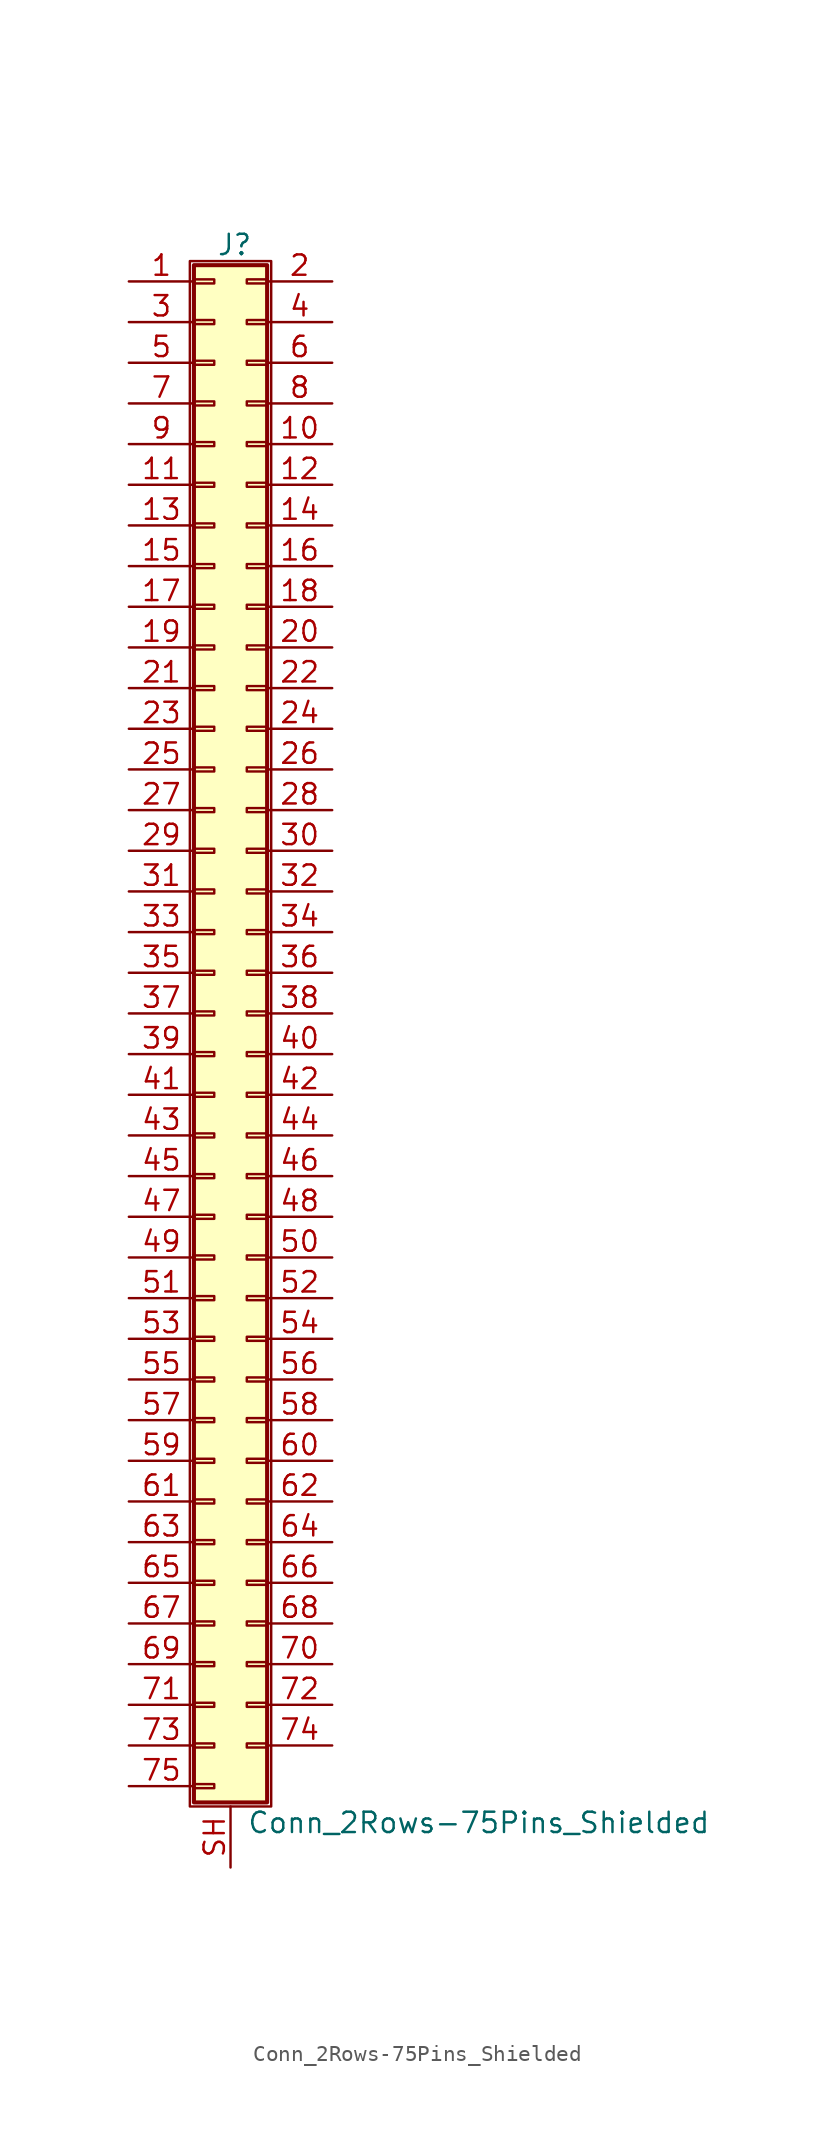
<source format=kicad_sym>
(kicad_symbol_lib
  (version 20201005)
  (generator kicad_symbol_editor)
  (symbol "Connector_Generic_Shielded:Conn_2Rows-75Pins_Shielded"
    (pin_names
      (offset 1.016) hide)
    (property "Reference" "J"
      (at 1.524 48.006 0)
      (effects (font (size 1.27 1.27))))
    (property "Value" "Conn_2Rows-75Pins_Shielded"
      (at 2.286 -50.546 0)
      (effects (font (size 1.27 1.27)) (justify left)))
    (symbol "Conn_2Rows-75Pins_Shielded_1_1"
      (rectangle (start -1.016 -27.813) (end 0.254 -28.067) (stroke (width 0.152)) (fill (type none)))
      (rectangle (start -1.016 -30.353) (end 0.254 -30.607) (stroke (width 0.152)) (fill (type none)))
      (rectangle (start -1.016 -32.893) (end 0.254 -33.147) (stroke (width 0.152)) (fill (type none)))
      (rectangle (start -1.016 -35.433) (end 0.254 -35.687) (stroke (width 0.152)) (fill (type none)))
      (rectangle (start -1.016 -37.973) (end 0.254 -38.227) (stroke (width 0.152)) (fill (type none)))
      (rectangle (start -1.016 -40.513) (end 0.254 -40.767) (stroke (width 0.152)) (fill (type none)))
      (rectangle (start -1.016 -43.053) (end 0.254 -43.307) (stroke (width 0.152)) (fill (type none)))
      (rectangle (start -1.016 -45.593) (end 0.254 -45.847) (stroke (width 0.152)) (fill (type none)))
      (rectangle (start -1.016 -48.133) (end 0.254 -48.387) (stroke (width 0.152)) (fill (type none)))
      (rectangle (start -1.016 -4.953) (end 0.254 -5.207) (stroke (width 0.152)) (fill (type none)))
      (rectangle (start -1.016 -7.493) (end 0.254 -7.747) (stroke (width 0.152)) (fill (type none)))
      (rectangle (start -1.016 -10.033) (end 0.254 -10.287) (stroke (width 0.152)) (fill (type none)))
      (rectangle (start -1.016 -12.573) (end 0.254 -12.827) (stroke (width 0.152)) (fill (type none)))
      (rectangle (start -1.016 -15.113) (end 0.254 -15.367) (stroke (width 0.152)) (fill (type none)))
      (rectangle (start -1.016 -17.653) (end 0.254 -17.907) (stroke (width 0.152)) (fill (type none)))
      (rectangle (start -1.016 -20.193) (end 0.254 -20.447) (stroke (width 0.152)) (fill (type none)))
      (rectangle (start -1.016 -22.733) (end 0.254 -22.987) (stroke (width 0.152)) (fill (type none)))
      (rectangle (start -1.016 -2.413) (end 0.254 -2.667) (stroke (width 0.152)) (fill (type none)))
      (rectangle (start -1.016 -25.273) (end 0.254 -25.527) (stroke (width 0.152)) (fill (type none)))
      (rectangle (start -1.016 25.527) (end 0.254 25.273) (stroke (width 0.152)) (fill (type none)))
      (rectangle (start -1.016 2.667) (end 0.254 2.413) (stroke (width 0.152)) (fill (type none)))
      (rectangle (start -1.016 28.067) (end 0.254 27.813) (stroke (width 0.152)) (fill (type none)))
      (rectangle (start -1.016 30.607) (end 0.254 30.353) (stroke (width 0.152)) (fill (type none)))
      (rectangle (start -1.016 33.147) (end 0.254 32.893) (stroke (width 0.152)) (fill (type none)))
      (rectangle (start -1.016 35.687) (end 0.254 35.433) (stroke (width 0.152)) (fill (type none)))
      (rectangle (start -1.016 38.227) (end 0.254 37.973) (stroke (width 0.152)) (fill (type none)))
      (rectangle (start -1.016 40.767) (end 0.254 40.513) (stroke (width 0.152)) (fill (type none)))
      (rectangle (start -1.016 43.307) (end 0.254 43.053) (stroke (width 0.152)) (fill (type none)))
      (rectangle (start -1.016 45.847) (end 0.254 45.593) (stroke (width 0.152)) (fill (type none)))
      (rectangle (start -1.016 46.736) (end 3.556 -49.276) (stroke (width 0.254)) (fill (type background)))
      (rectangle (start -1.016 5.207) (end 0.254 4.953) (stroke (width 0.152)) (fill (type none)))
      (rectangle (start -1.016 7.747) (end 0.254 7.493) (stroke (width 0.152)) (fill (type none)))
      (rectangle (start -1.016 10.287) (end 0.254 10.033) (stroke (width 0.152)) (fill (type none)))
      (rectangle (start -1.016 0.127) (end 0.254 -0.127) (stroke (width 0.152)) (fill (type none)))
      (rectangle (start -1.016 12.827) (end 0.254 12.573) (stroke (width 0.152)) (fill (type none)))
      (rectangle (start -1.016 15.367) (end 0.254 15.113) (stroke (width 0.152)) (fill (type none)))
      (rectangle (start -1.016 17.907) (end 0.254 17.653) (stroke (width 0.152)) (fill (type none)))
      (rectangle (start -1.016 20.447) (end 0.254 20.193) (stroke (width 0.152)) (fill (type none)))
      (rectangle (start -1.016 22.987) (end 0.254 22.733) (stroke (width 0.152)) (fill (type none)))
      (rectangle (start -1.27 46.99) (end 3.81 -49.53) (stroke (width 0.152)) (fill (type none)))
      (rectangle (start 3.556 -27.813) (end 2.286 -28.067) (stroke (width 0.152)) (fill (type none)))
      (rectangle (start 3.556 -30.353) (end 2.286 -30.607) (stroke (width 0.152)) (fill (type none)))
      (rectangle (start 3.556 -32.893) (end 2.286 -33.147) (stroke (width 0.152)) (fill (type none)))
      (rectangle (start 3.556 -35.433) (end 2.286 -35.687) (stroke (width 0.152)) (fill (type none)))
      (rectangle (start 3.556 -37.973) (end 2.286 -38.227) (stroke (width 0.152)) (fill (type none)))
      (rectangle (start 3.556 -40.513) (end 2.286 -40.767) (stroke (width 0.152)) (fill (type none)))
      (rectangle (start 3.556 -43.053) (end 2.286 -43.307) (stroke (width 0.152)) (fill (type none)))
      (rectangle (start 3.556 -45.593) (end 2.286 -45.847) (stroke (width 0.152)) (fill (type none)))
      (rectangle (start 3.556 -4.953) (end 2.286 -5.207) (stroke (width 0.152)) (fill (type none)))
      (rectangle (start 3.556 -7.493) (end 2.286 -7.747) (stroke (width 0.152)) (fill (type none)))
      (rectangle (start 3.556 -10.033) (end 2.286 -10.287) (stroke (width 0.152)) (fill (type none)))
      (rectangle (start 3.556 -12.573) (end 2.286 -12.827) (stroke (width 0.152)) (fill (type none)))
      (rectangle (start 3.556 -15.113) (end 2.286 -15.367) (stroke (width 0.152)) (fill (type none)))
      (rectangle (start 3.556 -17.653) (end 2.286 -17.907) (stroke (width 0.152)) (fill (type none)))
      (rectangle (start 3.556 -20.193) (end 2.286 -20.447) (stroke (width 0.152)) (fill (type none)))
      (rectangle (start 3.556 -22.733) (end 2.286 -22.987) (stroke (width 0.152)) (fill (type none)))
      (rectangle (start 3.556 -2.413) (end 2.286 -2.667) (stroke (width 0.152)) (fill (type none)))
      (rectangle (start 3.556 -25.273) (end 2.286 -25.527) (stroke (width 0.152)) (fill (type none)))
      (rectangle (start 3.556 25.527) (end 2.286 25.273) (stroke (width 0.152)) (fill (type none)))
      (rectangle (start 3.556 2.667) (end 2.286 2.413) (stroke (width 0.152)) (fill (type none)))
      (rectangle (start 3.556 28.067) (end 2.286 27.813) (stroke (width 0.152)) (fill (type none)))
      (rectangle (start 3.556 30.607) (end 2.286 30.353) (stroke (width 0.152)) (fill (type none)))
      (rectangle (start 3.556 33.147) (end 2.286 32.893) (stroke (width 0.152)) (fill (type none)))
      (rectangle (start 3.556 35.687) (end 2.286 35.433) (stroke (width 0.152)) (fill (type none)))
      (rectangle (start 3.556 38.227) (end 2.286 37.973) (stroke (width 0.152)) (fill (type none)))
      (rectangle (start 3.556 40.767) (end 2.286 40.513) (stroke (width 0.152)) (fill (type none)))
      (rectangle (start 3.556 43.307) (end 2.286 43.053) (stroke (width 0.152)) (fill (type none)))
      (rectangle (start 3.556 45.847) (end 2.286 45.593) (stroke (width 0.152)) (fill (type none)))
      (rectangle (start 3.556 5.207) (end 2.286 4.953) (stroke (width 0.152)) (fill (type none)))
      (rectangle (start 3.556 7.747) (end 2.286 7.493) (stroke (width 0.152)) (fill (type none)))
      (rectangle (start 3.556 10.287) (end 2.286 10.033) (stroke (width 0.152)) (fill (type none)))
      (rectangle (start 3.556 0.127) (end 2.286 -0.127) (stroke (width 0.152)) (fill (type none)))
      (rectangle (start 3.556 12.827) (end 2.286 12.573) (stroke (width 0.152)) (fill (type none)))
      (rectangle (start 3.556 15.367) (end 2.286 15.113) (stroke (width 0.152)) (fill (type none)))
      (rectangle (start 3.556 17.907) (end 2.286 17.653) (stroke (width 0.152)) (fill (type none)))
      (rectangle (start 3.556 20.447) (end 2.286 20.193) (stroke (width 0.152)) (fill (type none)))
      (rectangle (start 3.556 22.987) (end 2.286 22.733) (stroke (width 0.152)) (fill (type none)))
      (pin passive line (at -5.08 45.72 0) (length 4.064) (name "Pin_1" (effects (font (size 1.27 1.27)))) (number "1" (effects (font (size 1.27 1.27)))))
      (pin passive line (at 7.62 35.56 180) (length 4.064) (name "Pin_10" (effects (font (size 1.27 1.27)))) (number "10" (effects (font (size 1.27 1.27)))))
      (pin passive line (at -5.08 33.02 0) (length 4.064) (name "Pin_11" (effects (font (size 1.27 1.27)))) (number "11" (effects (font (size 1.27 1.27)))))
      (pin passive line (at 7.62 33.02 180) (length 4.064) (name "Pin_12" (effects (font (size 1.27 1.27)))) (number "12" (effects (font (size 1.27 1.27)))))
      (pin passive line (at -5.08 30.48 0) (length 4.064) (name "Pin_13" (effects (font (size 1.27 1.27)))) (number "13" (effects (font (size 1.27 1.27)))))
      (pin passive line (at 7.62 30.48 180) (length 4.064) (name "Pin_14" (effects (font (size 1.27 1.27)))) (number "14" (effects (font (size 1.27 1.27)))))
      (pin passive line (at -5.08 27.94 0) (length 4.064) (name "Pin_15" (effects (font (size 1.27 1.27)))) (number "15" (effects (font (size 1.27 1.27)))))
      (pin passive line (at 7.62 27.94 180) (length 4.064) (name "Pin_16" (effects (font (size 1.27 1.27)))) (number "16" (effects (font (size 1.27 1.27)))))
      (pin passive line (at -5.08 25.4 0) (length 4.064) (name "Pin_17" (effects (font (size 1.27 1.27)))) (number "17" (effects (font (size 1.27 1.27)))))
      (pin passive line (at 7.62 25.4 180) (length 4.064) (name "Pin_18" (effects (font (size 1.27 1.27)))) (number "18" (effects (font (size 1.27 1.27)))))
      (pin passive line (at -5.08 22.86 0) (length 4.064) (name "Pin_19" (effects (font (size 1.27 1.27)))) (number "19" (effects (font (size 1.27 1.27)))))
      (pin passive line (at 7.62 45.72 180) (length 4.064) (name "Pin_2" (effects (font (size 1.27 1.27)))) (number "2" (effects (font (size 1.27 1.27)))))
      (pin passive line (at 7.62 22.86 180) (length 4.064) (name "Pin_20" (effects (font (size 1.27 1.27)))) (number "20" (effects (font (size 1.27 1.27)))))
      (pin passive line (at -5.08 20.32 0) (length 4.064) (name "Pin_21" (effects (font (size 1.27 1.27)))) (number "21" (effects (font (size 1.27 1.27)))))
      (pin passive line (at 7.62 20.32 180) (length 4.064) (name "Pin_22" (effects (font (size 1.27 1.27)))) (number "22" (effects (font (size 1.27 1.27)))))
      (pin passive line (at -5.08 17.78 0) (length 4.064) (name "Pin_23" (effects (font (size 1.27 1.27)))) (number "23" (effects (font (size 1.27 1.27)))))
      (pin passive line (at 7.62 17.78 180) (length 4.064) (name "Pin_24" (effects (font (size 1.27 1.27)))) (number "24" (effects (font (size 1.27 1.27)))))
      (pin passive line (at -5.08 15.24 0) (length 4.064) (name "Pin_25" (effects (font (size 1.27 1.27)))) (number "25" (effects (font (size 1.27 1.27)))))
      (pin passive line (at 7.62 15.24 180) (length 4.064) (name "Pin_26" (effects (font (size 1.27 1.27)))) (number "26" (effects (font (size 1.27 1.27)))))
      (pin passive line (at -5.08 12.7 0) (length 4.064) (name "Pin_27" (effects (font (size 1.27 1.27)))) (number "27" (effects (font (size 1.27 1.27)))))
      (pin passive line (at 7.62 12.7 180) (length 4.064) (name "Pin_28" (effects (font (size 1.27 1.27)))) (number "28" (effects (font (size 1.27 1.27)))))
      (pin passive line (at -5.08 10.16 0) (length 4.064) (name "Pin_29" (effects (font (size 1.27 1.27)))) (number "29" (effects (font (size 1.27 1.27)))))
      (pin passive line (at -5.08 43.18 0) (length 4.064) (name "Pin_3" (effects (font (size 1.27 1.27)))) (number "3" (effects (font (size 1.27 1.27)))))
      (pin passive line (at 7.62 10.16 180) (length 4.064) (name "Pin_30" (effects (font (size 1.27 1.27)))) (number "30" (effects (font (size 1.27 1.27)))))
      (pin passive line (at -5.08 7.62 0) (length 4.064) (name "Pin_31" (effects (font (size 1.27 1.27)))) (number "31" (effects (font (size 1.27 1.27)))))
      (pin passive line (at 7.62 7.62 180) (length 4.064) (name "Pin_32" (effects (font (size 1.27 1.27)))) (number "32" (effects (font (size 1.27 1.27)))))
      (pin passive line (at -5.08 5.08 0) (length 4.064) (name "Pin_33" (effects (font (size 1.27 1.27)))) (number "33" (effects (font (size 1.27 1.27)))))
      (pin passive line (at 7.62 5.08 180) (length 4.064) (name "Pin_34" (effects (font (size 1.27 1.27)))) (number "34" (effects (font (size 1.27 1.27)))))
      (pin passive line (at -5.08 2.54 0) (length 4.064) (name "Pin_35" (effects (font (size 1.27 1.27)))) (number "35" (effects (font (size 1.27 1.27)))))
      (pin passive line (at 7.62 2.54 180) (length 4.064) (name "Pin_36" (effects (font (size 1.27 1.27)))) (number "36" (effects (font (size 1.27 1.27)))))
      (pin passive line (at -5.08 0 0) (length 4.064) (name "Pin_37" (effects (font (size 1.27 1.27)))) (number "37" (effects (font (size 1.27 1.27)))))
      (pin passive line (at 7.62 0 180) (length 4.064) (name "Pin_38" (effects (font (size 1.27 1.27)))) (number "38" (effects (font (size 1.27 1.27)))))
      (pin passive line (at -5.08 -2.54 0) (length 4.064) (name "Pin_39" (effects (font (size 1.27 1.27)))) (number "39" (effects (font (size 1.27 1.27)))))
      (pin passive line (at 7.62 43.18 180) (length 4.064) (name "Pin_4" (effects (font (size 1.27 1.27)))) (number "4" (effects (font (size 1.27 1.27)))))
      (pin passive line (at 7.62 -2.54 180) (length 4.064) (name "Pin_40" (effects (font (size 1.27 1.27)))) (number "40" (effects (font (size 1.27 1.27)))))
      (pin passive line (at -5.08 -5.08 0) (length 4.064) (name "Pin_41" (effects (font (size 1.27 1.27)))) (number "41" (effects (font (size 1.27 1.27)))))
      (pin passive line (at 7.62 -5.08 180) (length 4.064) (name "Pin_42" (effects (font (size 1.27 1.27)))) (number "42" (effects (font (size 1.27 1.27)))))
      (pin passive line (at -5.08 -7.62 0) (length 4.064) (name "Pin_43" (effects (font (size 1.27 1.27)))) (number "43" (effects (font (size 1.27 1.27)))))
      (pin passive line (at 7.62 -7.62 180) (length 4.064) (name "Pin_44" (effects (font (size 1.27 1.27)))) (number "44" (effects (font (size 1.27 1.27)))))
      (pin passive line (at -5.08 -10.16 0) (length 4.064) (name "Pin_45" (effects (font (size 1.27 1.27)))) (number "45" (effects (font (size 1.27 1.27)))))
      (pin passive line (at 7.62 -10.16 180) (length 4.064) (name "Pin_46" (effects (font (size 1.27 1.27)))) (number "46" (effects (font (size 1.27 1.27)))))
      (pin passive line (at -5.08 -12.7 0) (length 4.064) (name "Pin_47" (effects (font (size 1.27 1.27)))) (number "47" (effects (font (size 1.27 1.27)))))
      (pin passive line (at 7.62 -12.7 180) (length 4.064) (name "Pin_48" (effects (font (size 1.27 1.27)))) (number "48" (effects (font (size 1.27 1.27)))))
      (pin passive line (at -5.08 -15.24 0) (length 4.064) (name "Pin_49" (effects (font (size 1.27 1.27)))) (number "49" (effects (font (size 1.27 1.27)))))
      (pin passive line (at -5.08 40.64 0) (length 4.064) (name "Pin_5" (effects (font (size 1.27 1.27)))) (number "5" (effects (font (size 1.27 1.27)))))
      (pin passive line (at 7.62 -15.24 180) (length 4.064) (name "Pin_50" (effects (font (size 1.27 1.27)))) (number "50" (effects (font (size 1.27 1.27)))))
      (pin passive line (at -5.08 -17.78 0) (length 4.064) (name "Pin_51" (effects (font (size 1.27 1.27)))) (number "51" (effects (font (size 1.27 1.27)))))
      (pin passive line (at 7.62 -17.78 180) (length 4.064) (name "Pin_52" (effects (font (size 1.27 1.27)))) (number "52" (effects (font (size 1.27 1.27)))))
      (pin passive line (at -5.08 -20.32 0) (length 4.064) (name "Pin_53" (effects (font (size 1.27 1.27)))) (number "53" (effects (font (size 1.27 1.27)))))
      (pin passive line (at 7.62 -20.32 180) (length 4.064) (name "Pin_54" (effects (font (size 1.27 1.27)))) (number "54" (effects (font (size 1.27 1.27)))))
      (pin passive line (at -5.08 -22.86 0) (length 4.064) (name "Pin_55" (effects (font (size 1.27 1.27)))) (number "55" (effects (font (size 1.27 1.27)))))
      (pin passive line (at 7.62 -22.86 180) (length 4.064) (name "Pin_56" (effects (font (size 1.27 1.27)))) (number "56" (effects (font (size 1.27 1.27)))))
      (pin passive line (at -5.08 -25.4 0) (length 4.064) (name "Pin_57" (effects (font (size 1.27 1.27)))) (number "57" (effects (font (size 1.27 1.27)))))
      (pin passive line (at 7.62 -25.4 180) (length 4.064) (name "Pin_58" (effects (font (size 1.27 1.27)))) (number "58" (effects (font (size 1.27 1.27)))))
      (pin passive line (at -5.08 -27.94 0) (length 4.064) (name "Pin_59" (effects (font (size 1.27 1.27)))) (number "59" (effects (font (size 1.27 1.27)))))
      (pin passive line (at 7.62 40.64 180) (length 4.064) (name "Pin_6" (effects (font (size 1.27 1.27)))) (number "6" (effects (font (size 1.27 1.27)))))
      (pin passive line (at 7.62 -27.94 180) (length 4.064) (name "Pin_60" (effects (font (size 1.27 1.27)))) (number "60" (effects (font (size 1.27 1.27)))))
      (pin passive line (at -5.08 -30.48 0) (length 4.064) (name "Pin_61" (effects (font (size 1.27 1.27)))) (number "61" (effects (font (size 1.27 1.27)))))
      (pin passive line (at 7.62 -30.48 180) (length 4.064) (name "Pin_62" (effects (font (size 1.27 1.27)))) (number "62" (effects (font (size 1.27 1.27)))))
      (pin passive line (at -5.08 -33.02 0) (length 4.064) (name "Pin_63" (effects (font (size 1.27 1.27)))) (number "63" (effects (font (size 1.27 1.27)))))
      (pin passive line (at 7.62 -33.02 180) (length 4.064) (name "Pin_64" (effects (font (size 1.27 1.27)))) (number "64" (effects (font (size 1.27 1.27)))))
      (pin passive line (at -5.08 -35.56 0) (length 4.064) (name "Pin_65" (effects (font (size 1.27 1.27)))) (number "65" (effects (font (size 1.27 1.27)))))
      (pin passive line (at 7.62 -35.56 180) (length 4.064) (name "Pin_66" (effects (font (size 1.27 1.27)))) (number "66" (effects (font (size 1.27 1.27)))))
      (pin passive line (at -5.08 -38.1 0) (length 4.064) (name "Pin_67" (effects (font (size 1.27 1.27)))) (number "67" (effects (font (size 1.27 1.27)))))
      (pin passive line (at 7.62 -38.1 180) (length 4.064) (name "Pin_68" (effects (font (size 1.27 1.27)))) (number "68" (effects (font (size 1.27 1.27)))))
      (pin passive line (at -5.08 -40.64 0) (length 4.064) (name "Pin_69" (effects (font (size 1.27 1.27)))) (number "69" (effects (font (size 1.27 1.27)))))
      (pin passive line (at -5.08 38.1 0) (length 4.064) (name "Pin_7" (effects (font (size 1.27 1.27)))) (number "7" (effects (font (size 1.27 1.27)))))
      (pin passive line (at 7.62 -40.64 180) (length 4.064) (name "Pin_70" (effects (font (size 1.27 1.27)))) (number "70" (effects (font (size 1.27 1.27)))))
      (pin passive line (at -5.08 -43.18 0) (length 4.064) (name "Pin_71" (effects (font (size 1.27 1.27)))) (number "71" (effects (font (size 1.27 1.27)))))
      (pin passive line (at 7.62 -43.18 180) (length 4.064) (name "Pin_72" (effects (font (size 1.27 1.27)))) (number "72" (effects (font (size 1.27 1.27)))))
      (pin passive line (at -5.08 -45.72 0) (length 4.064) (name "Pin_73" (effects (font (size 1.27 1.27)))) (number "73" (effects (font (size 1.27 1.27)))))
      (pin passive line (at 7.62 -45.72 180) (length 4.064) (name "Pin_74" (effects (font (size 1.27 1.27)))) (number "74" (effects (font (size 1.27 1.27)))))
      (pin passive line (at -5.08 -48.26 0) (length 4.064) (name "Pin_75" (effects (font (size 1.27 1.27)))) (number "75" (effects (font (size 1.27 1.27)))))
      (pin passive line (at 7.62 38.1 180) (length 4.064) (name "Pin_8" (effects (font (size 1.27 1.27)))) (number "8" (effects (font (size 1.27 1.27)))))
      (pin passive line (at -5.08 35.56 0) (length 4.064) (name "Pin_9" (effects (font (size 1.27 1.27)))) (number "9" (effects (font (size 1.27 1.27)))))
      (pin passive line (at 1.27 -53.34 90) (length 3.81) (name "Shield" (effects (font (size 1.27 1.27)))) (number "SH" (effects (font (size 1.27 1.27))))))))
</source>
